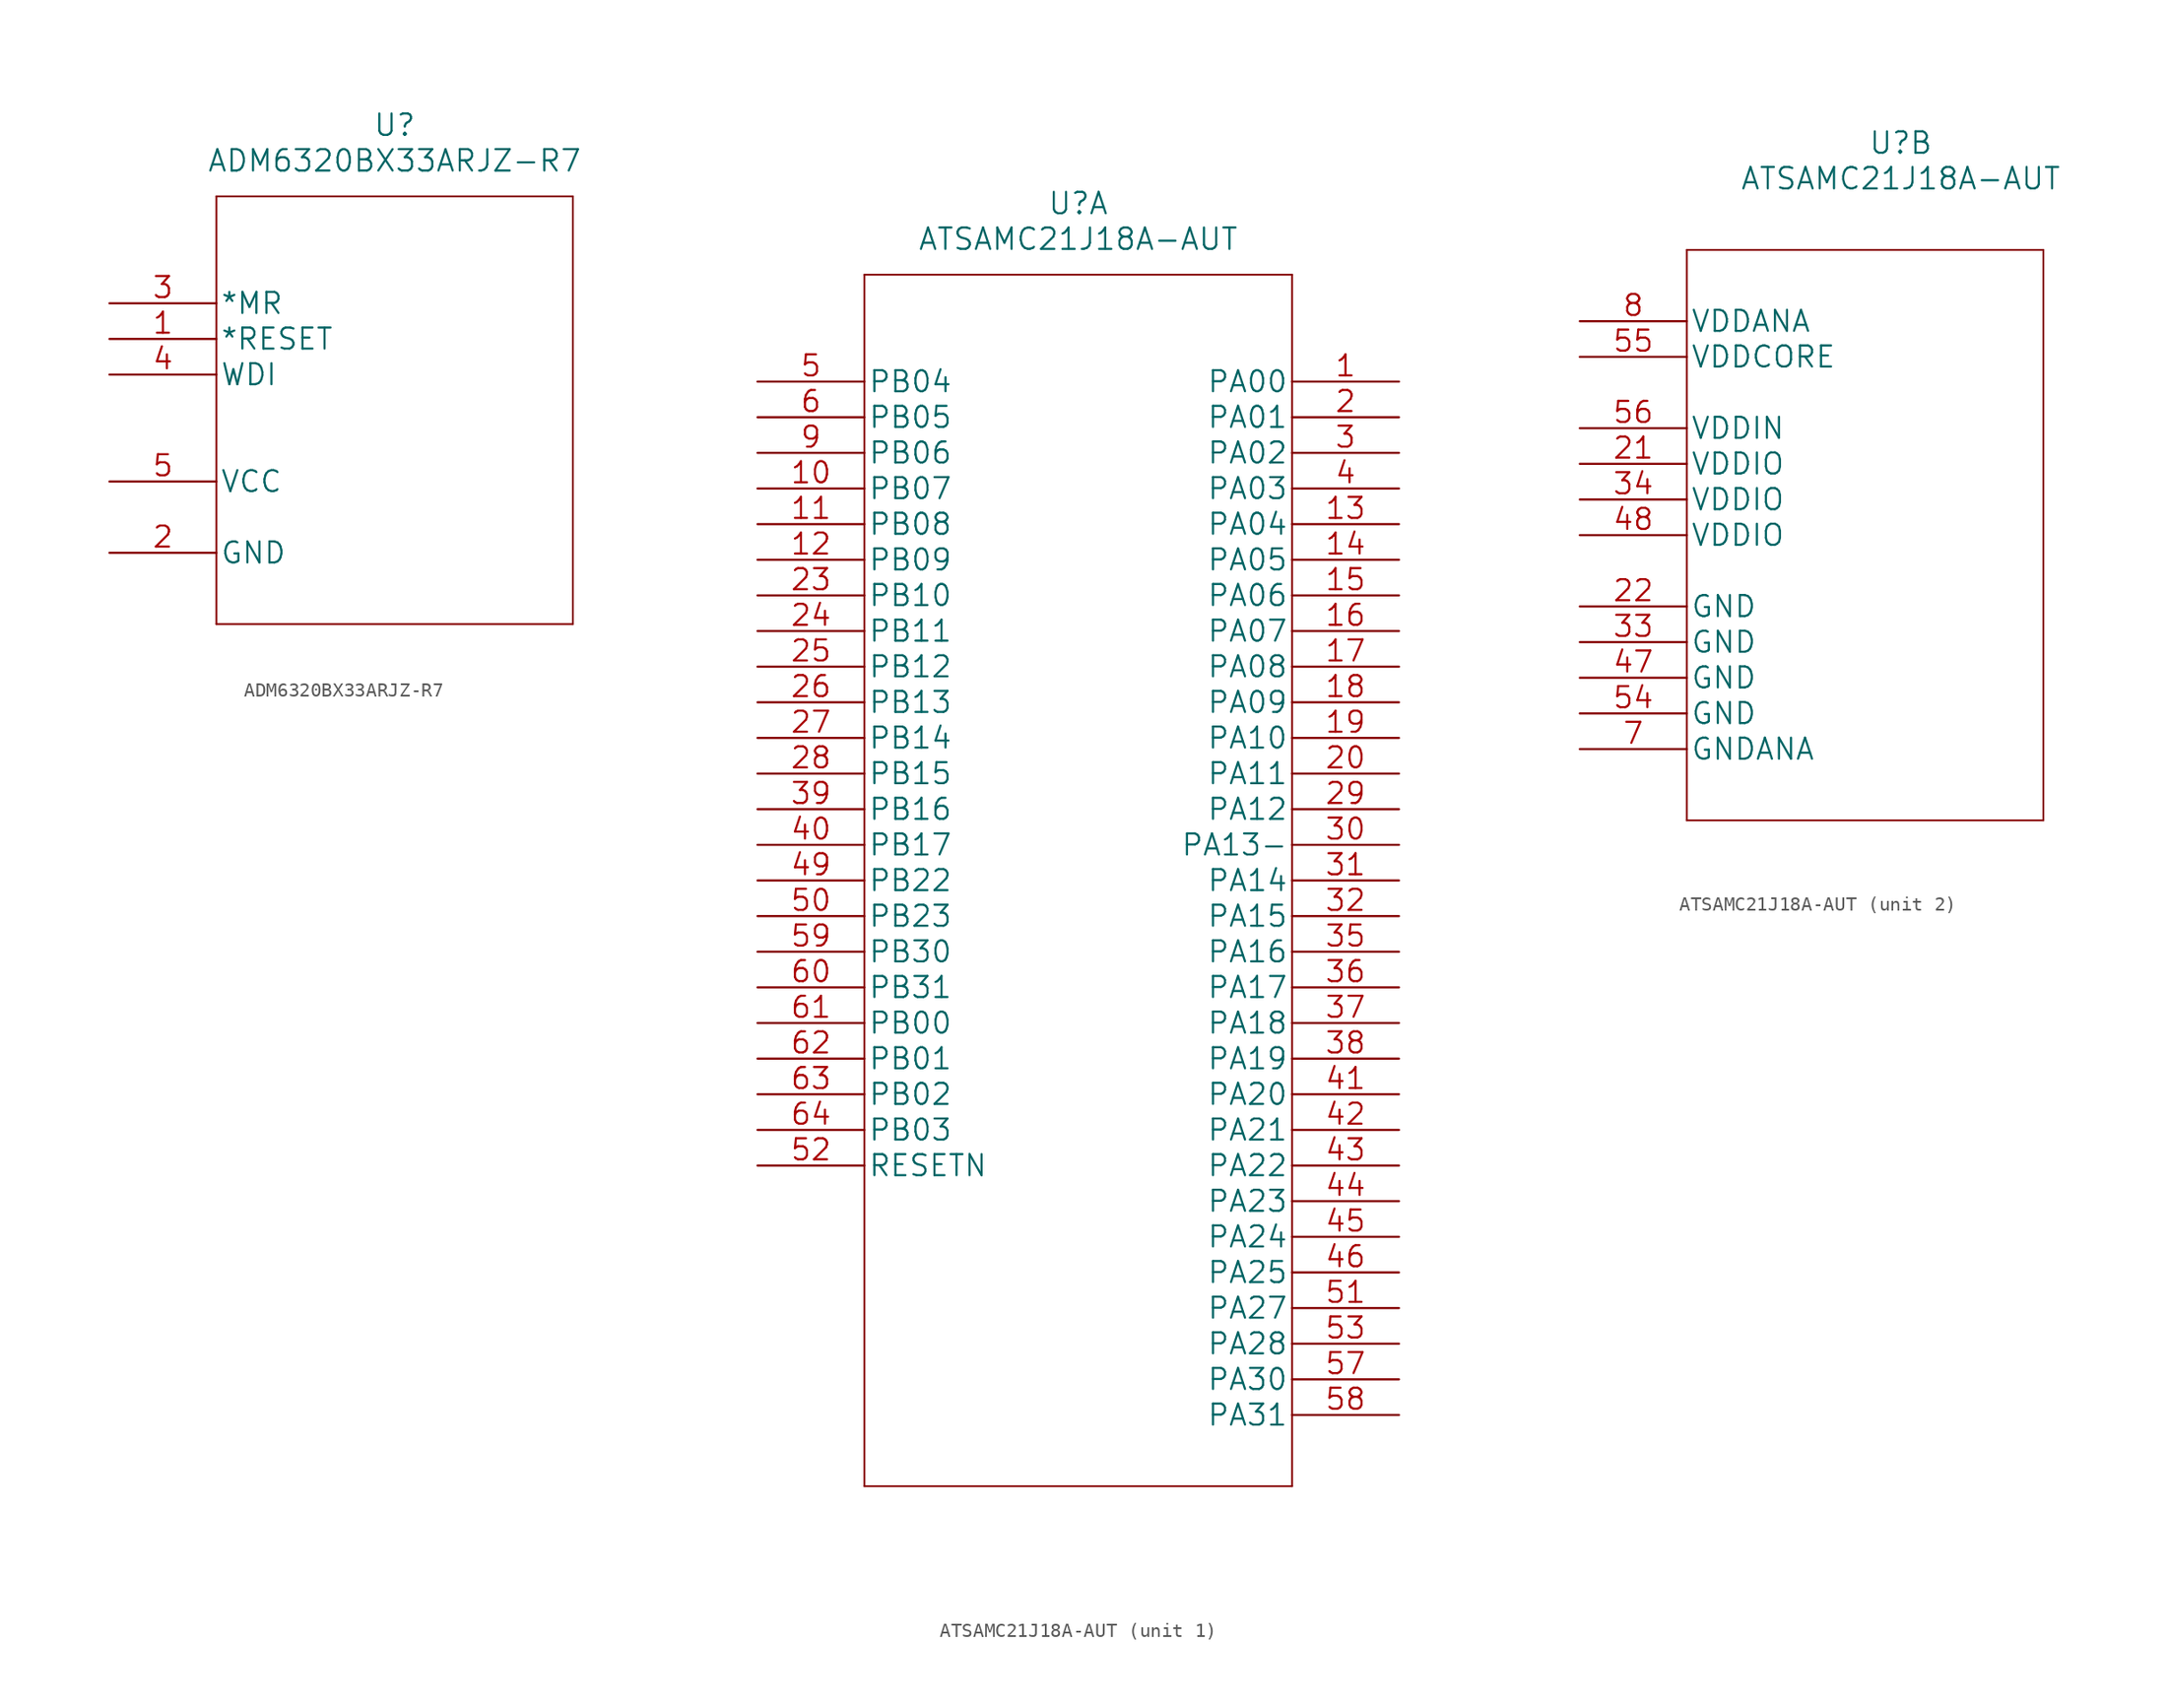
<source format=kicad_sym>
(kicad_symbol_lib
  (version 20211014)
  (generator kicad_symbol_editor)
  (symbol "ADM6320BX33ARJZ-R7"
    (pin_names
      (offset 0.254))
    (property "Reference" "U"
      (at 20.32 12.7 0)
      (effects (font (size 1.524 1.524))))
    (property "Value" "ADM6320BX33ARJZ-R7"
      (at 20.32 10.16 0)
      (effects (font (size 1.524 1.524))))
    (property "Datasheet" ""
      (at 0 0 0)
      (effects (font (size 1.524 1.524))))
    (property "ki_locked" ""
      (at 0 0 0)
      (effects (font (size 1.27 1.27))))
    (symbol "ADM6320BX33ARJZ-R7_1_1"
      (polyline (pts (xy 7.62 -22.86) (xy 33.02 -22.86)) (stroke (width 0.127) (type default) (color 0 0 0 0)) (fill (type none)))
      (polyline (pts (xy 7.62 7.62) (xy 7.62 -22.86)) (stroke (width 0.127) (type default) (color 0 0 0 0)) (fill (type none)))
      (polyline (pts (xy 33.02 -22.86) (xy 33.02 7.62)) (stroke (width 0.127) (type default) (color 0 0 0 0)) (fill (type none)))
      (polyline (pts (xy 33.02 7.62) (xy 7.62 7.62)) (stroke (width 0.127) (type default) (color 0 0 0 0)) (fill (type none)))
      (pin unspecified line (at 0 -2.54 0) (length 7.62) (name "*RESET" (effects (font (size 1.499 1.499)))) (number "1" (effects (font (size 1.499 1.499)))))
      (pin unspecified line (at 0 -17.78 0) (length 7.62) (name "GND" (effects (font (size 1.499 1.499)))) (number "2" (effects (font (size 1.499 1.499)))))
      (pin unspecified line (at 0 0 0) (length 7.62) (name "*MR" (effects (font (size 1.499 1.499)))) (number "3" (effects (font (size 1.499 1.499)))))
      (pin unspecified line (at 0 -5.08 0) (length 7.62) (name "WDI" (effects (font (size 1.499 1.499)))) (number "4" (effects (font (size 1.499 1.499)))))
      (pin unspecified line (at 0 -12.7 0) (length 7.62) (name "VCC" (effects (font (size 1.499 1.499)))) (number "5" (effects (font (size 1.499 1.499)))))))
  (symbol "ATSAMC21J18A-AUT"
    (pin_names
      (offset 0.254))
    (property "Reference" "U"
      (at 22.86 12.7 0)
      (effects (font (size 1.524 1.524))))
    (property "Value" "ATSAMC21J18A-AUT"
      (at 22.86 10.16 0)
      (effects (font (size 1.524 1.524))))
    (symbol "ATSAMC21J18A-AUT_1_1"
      (polyline (pts (xy 7.62 -78.74) (xy 38.1 -78.74)) (stroke (width 0.127) (type default) (color 0 0 0 0)) (fill (type none)))
      (polyline (pts (xy 7.62 7.62) (xy 7.62 -78.74)) (stroke (width 0.127) (type default) (color 0 0 0 0)) (fill (type none)))
      (polyline (pts (xy 38.1 -78.74) (xy 38.1 7.62)) (stroke (width 0.127) (type default) (color 0 0 0 0)) (fill (type none)))
      (polyline (pts (xy 38.1 7.62) (xy 7.62 7.62)) (stroke (width 0.127) (type default) (color 0 0 0 0)) (fill (type none)))
      (pin bidirectional line (at 45.72 0 180) (length 7.62) (name "PA00" (effects (font (size 1.499 1.499)))) (number "1" (effects (font (size 1.499 1.499)))))
      (pin bidirectional line (at 0 -7.62 0) (length 7.62) (name "PB07" (effects (font (size 1.499 1.499)))) (number "10" (effects (font (size 1.499 1.499)))))
      (pin bidirectional line (at 0 -10.16 0) (length 7.62) (name "PB08" (effects (font (size 1.499 1.499)))) (number "11" (effects (font (size 1.499 1.499)))))
      (pin bidirectional line (at 0 -12.7 0) (length 7.62) (name "PB09" (effects (font (size 1.499 1.499)))) (number "12" (effects (font (size 1.499 1.499)))))
      (pin bidirectional line (at 45.72 -10.16 180) (length 7.62) (name "PA04" (effects (font (size 1.499 1.499)))) (number "13" (effects (font (size 1.499 1.499)))))
      (pin bidirectional line (at 45.72 -12.7 180) (length 7.62) (name "PA05" (effects (font (size 1.499 1.499)))) (number "14" (effects (font (size 1.499 1.499)))))
      (pin bidirectional line (at 45.72 -15.24 180) (length 7.62) (name "PA06" (effects (font (size 1.499 1.499)))) (number "15" (effects (font (size 1.499 1.499)))))
      (pin bidirectional line (at 45.72 -17.78 180) (length 7.62) (name "PA07" (effects (font (size 1.499 1.499)))) (number "16" (effects (font (size 1.499 1.499)))))
      (pin bidirectional line (at 45.72 -20.32 180) (length 7.62) (name "PA08" (effects (font (size 1.499 1.499)))) (number "17" (effects (font (size 1.499 1.499)))))
      (pin bidirectional line (at 45.72 -22.86 180) (length 7.62) (name "PA09" (effects (font (size 1.499 1.499)))) (number "18" (effects (font (size 1.499 1.499)))))
      (pin bidirectional line (at 45.72 -25.4 180) (length 7.62) (name "PA10" (effects (font (size 1.499 1.499)))) (number "19" (effects (font (size 1.499 1.499)))))
      (pin bidirectional line (at 45.72 -2.54 180) (length 7.62) (name "PA01" (effects (font (size 1.499 1.499)))) (number "2" (effects (font (size 1.499 1.499)))))
      (pin bidirectional line (at 45.72 -27.94 180) (length 7.62) (name "PA11" (effects (font (size 1.499 1.499)))) (number "20" (effects (font (size 1.499 1.499)))))
      (pin bidirectional line (at 0 -15.24 0) (length 7.62) (name "PB10" (effects (font (size 1.499 1.499)))) (number "23" (effects (font (size 1.499 1.499)))))
      (pin bidirectional line (at 0 -17.78 0) (length 7.62) (name "PB11" (effects (font (size 1.499 1.499)))) (number "24" (effects (font (size 1.499 1.499)))))
      (pin bidirectional line (at 0 -20.32 0) (length 7.62) (name "PB12" (effects (font (size 1.499 1.499)))) (number "25" (effects (font (size 1.499 1.499)))))
      (pin bidirectional line (at 0 -22.86 0) (length 7.62) (name "PB13" (effects (font (size 1.499 1.499)))) (number "26" (effects (font (size 1.499 1.499)))))
      (pin bidirectional line (at 0 -25.4 0) (length 7.62) (name "PB14" (effects (font (size 1.499 1.499)))) (number "27" (effects (font (size 1.499 1.499)))))
      (pin bidirectional line (at 0 -27.94 0) (length 7.62) (name "PB15" (effects (font (size 1.499 1.499)))) (number "28" (effects (font (size 1.499 1.499)))))
      (pin bidirectional line (at 45.72 -30.48 180) (length 7.62) (name "PA12" (effects (font (size 1.499 1.499)))) (number "29" (effects (font (size 1.499 1.499)))))
      (pin bidirectional line (at 45.72 -5.08 180) (length 7.62) (name "PA02" (effects (font (size 1.499 1.499)))) (number "3" (effects (font (size 1.499 1.499)))))
      (pin bidirectional line (at 45.72 -33.02 180) (length 7.62) (name "PA13-" (effects (font (size 1.499 1.499)))) (number "30" (effects (font (size 1.499 1.499)))))
      (pin bidirectional line (at 45.72 -35.56 180) (length 7.62) (name "PA14" (effects (font (size 1.499 1.499)))) (number "31" (effects (font (size 1.499 1.499)))))
      (pin bidirectional line (at 45.72 -38.1 180) (length 7.62) (name "PA15" (effects (font (size 1.499 1.499)))) (number "32" (effects (font (size 1.499 1.499)))))
      (pin bidirectional line (at 45.72 -40.64 180) (length 7.62) (name "PA16" (effects (font (size 1.499 1.499)))) (number "35" (effects (font (size 1.499 1.499)))))
      (pin bidirectional line (at 45.72 -43.18 180) (length 7.62) (name "PA17" (effects (font (size 1.499 1.499)))) (number "36" (effects (font (size 1.499 1.499)))))
      (pin bidirectional line (at 45.72 -45.72 180) (length 7.62) (name "PA18" (effects (font (size 1.499 1.499)))) (number "37" (effects (font (size 1.499 1.499)))))
      (pin bidirectional line (at 45.72 -48.26 180) (length 7.62) (name "PA19" (effects (font (size 1.499 1.499)))) (number "38" (effects (font (size 1.499 1.499)))))
      (pin bidirectional line (at 0 -30.48 0) (length 7.62) (name "PB16" (effects (font (size 1.499 1.499)))) (number "39" (effects (font (size 1.499 1.499)))))
      (pin bidirectional line (at 45.72 -7.62 180) (length 7.62) (name "PA03" (effects (font (size 1.499 1.499)))) (number "4" (effects (font (size 1.499 1.499)))))
      (pin bidirectional line (at 0 -33.02 0) (length 7.62) (name "PB17" (effects (font (size 1.499 1.499)))) (number "40" (effects (font (size 1.499 1.499)))))
      (pin bidirectional line (at 45.72 -50.8 180) (length 7.62) (name "PA20" (effects (font (size 1.499 1.499)))) (number "41" (effects (font (size 1.499 1.499)))))
      (pin bidirectional line (at 45.72 -53.34 180) (length 7.62) (name "PA21" (effects (font (size 1.499 1.499)))) (number "42" (effects (font (size 1.499 1.499)))))
      (pin bidirectional line (at 45.72 -55.88 180) (length 7.62) (name "PA22" (effects (font (size 1.499 1.499)))) (number "43" (effects (font (size 1.499 1.499)))))
      (pin bidirectional line (at 45.72 -58.42 180) (length 7.62) (name "PA23" (effects (font (size 1.499 1.499)))) (number "44" (effects (font (size 1.499 1.499)))))
      (pin bidirectional line (at 45.72 -60.96 180) (length 7.62) (name "PA24" (effects (font (size 1.499 1.499)))) (number "45" (effects (font (size 1.499 1.499)))))
      (pin bidirectional line (at 45.72 -63.5 180) (length 7.62) (name "PA25" (effects (font (size 1.499 1.499)))) (number "46" (effects (font (size 1.499 1.499)))))
      (pin bidirectional line (at 0 -35.56 0) (length 7.62) (name "PB22" (effects (font (size 1.499 1.499)))) (number "49" (effects (font (size 1.499 1.499)))))
      (pin bidirectional line (at 0 0 0) (length 7.62) (name "PB04" (effects (font (size 1.499 1.499)))) (number "5" (effects (font (size 1.499 1.499)))))
      (pin bidirectional line (at 0 -38.1 0) (length 7.62) (name "PB23" (effects (font (size 1.499 1.499)))) (number "50" (effects (font (size 1.499 1.499)))))
      (pin bidirectional line (at 45.72 -66.04 180) (length 7.62) (name "PA27" (effects (font (size 1.499 1.499)))) (number "51" (effects (font (size 1.499 1.499)))))
      (pin unspecified line (at 0 -55.88 0) (length 7.62) (name "RESETN" (effects (font (size 1.499 1.499)))) (number "52" (effects (font (size 1.499 1.499)))))
      (pin bidirectional line (at 45.72 -68.58 180) (length 7.62) (name "PA28" (effects (font (size 1.499 1.499)))) (number "53" (effects (font (size 1.499 1.499)))))
      (pin bidirectional line (at 45.72 -71.12 180) (length 7.62) (name "PA30" (effects (font (size 1.499 1.499)))) (number "57" (effects (font (size 1.499 1.499)))))
      (pin bidirectional line (at 45.72 -73.66 180) (length 7.62) (name "PA31" (effects (font (size 1.499 1.499)))) (number "58" (effects (font (size 1.499 1.499)))))
      (pin bidirectional line (at 0 -40.64 0) (length 7.62) (name "PB30" (effects (font (size 1.499 1.499)))) (number "59" (effects (font (size 1.499 1.499)))))
      (pin bidirectional line (at 0 -2.54 0) (length 7.62) (name "PB05" (effects (font (size 1.499 1.499)))) (number "6" (effects (font (size 1.499 1.499)))))
      (pin bidirectional line (at 0 -43.18 0) (length 7.62) (name "PB31" (effects (font (size 1.499 1.499)))) (number "60" (effects (font (size 1.499 1.499)))))
      (pin bidirectional line (at 0 -45.72 0) (length 7.62) (name "PB00" (effects (font (size 1.499 1.499)))) (number "61" (effects (font (size 1.499 1.499)))))
      (pin bidirectional line (at 0 -48.26 0) (length 7.62) (name "PB01" (effects (font (size 1.499 1.499)))) (number "62" (effects (font (size 1.499 1.499)))))
      (pin bidirectional line (at 0 -50.8 0) (length 7.62) (name "PB02" (effects (font (size 1.499 1.499)))) (number "63" (effects (font (size 1.499 1.499)))))
      (pin bidirectional line (at 0 -53.34 0) (length 7.62) (name "PB03" (effects (font (size 1.499 1.499)))) (number "64" (effects (font (size 1.499 1.499)))))
      (pin bidirectional line (at 0 -5.08 0) (length 7.62) (name "PB06" (effects (font (size 1.499 1.499)))) (number "9" (effects (font (size 1.499 1.499))))))
    (symbol "ATSAMC21J18A-AUT_2_1"
      (polyline (pts (xy 7.62 -35.56) (xy 33.02 -35.56)) (stroke (width 0.127) (type default) (color 0 0 0 0)) (fill (type none)))
      (polyline (pts (xy 7.62 5.08) (xy 7.62 -35.56)) (stroke (width 0.127) (type default) (color 0 0 0 0)) (fill (type none)))
      (polyline (pts (xy 33.02 -35.56) (xy 33.02 5.08)) (stroke (width 0.127) (type default) (color 0 0 0 0)) (fill (type none)))
      (polyline (pts (xy 33.02 5.08) (xy 7.62 5.08)) (stroke (width 0.127) (type default) (color 0 0 0 0)) (fill (type none)))
      (pin power_in line (at 0 -10.16 0) (length 7.62) (name "VDDIO" (effects (font (size 1.499 1.499)))) (number "21" (effects (font (size 1.499 1.499)))))
      (pin power_in line (at 0 -20.32 0) (length 7.62) (name "GND" (effects (font (size 1.499 1.499)))) (number "22" (effects (font (size 1.499 1.499)))))
      (pin power_in line (at 0 -22.86 0) (length 7.62) (name "GND" (effects (font (size 1.499 1.499)))) (number "33" (effects (font (size 1.499 1.499)))))
      (pin power_in line (at 0 -12.7 0) (length 7.62) (name "VDDIO" (effects (font (size 1.499 1.499)))) (number "34" (effects (font (size 1.499 1.499)))))
      (pin power_in line (at 0 -25.4 0) (length 7.62) (name "GND" (effects (font (size 1.499 1.499)))) (number "47" (effects (font (size 1.499 1.499)))))
      (pin power_in line (at 0 -15.24 0) (length 7.62) (name "VDDIO" (effects (font (size 1.499 1.499)))) (number "48" (effects (font (size 1.499 1.499)))))
      (pin power_in line (at 0 -27.94 0) (length 7.62) (name "GND" (effects (font (size 1.499 1.499)))) (number "54" (effects (font (size 1.499 1.499)))))
      (pin power_in line (at 0 -2.54 0) (length 7.62) (name "VDDCORE" (effects (font (size 1.499 1.499)))) (number "55" (effects (font (size 1.499 1.499)))))
      (pin power_in line (at 0 -7.62 0) (length 7.62) (name "VDDIN" (effects (font (size 1.499 1.499)))) (number "56" (effects (font (size 1.499 1.499)))))
      (pin power_in line (at 0 -30.48 0) (length 7.62) (name "GNDANA" (effects (font (size 1.499 1.499)))) (number "7" (effects (font (size 1.499 1.499)))))
      (pin power_in line (at 0 0 0) (length 7.62) (name "VDDANA" (effects (font (size 1.499 1.499)))) (number "8" (effects (font (size 1.499 1.499))))))))
</source>
